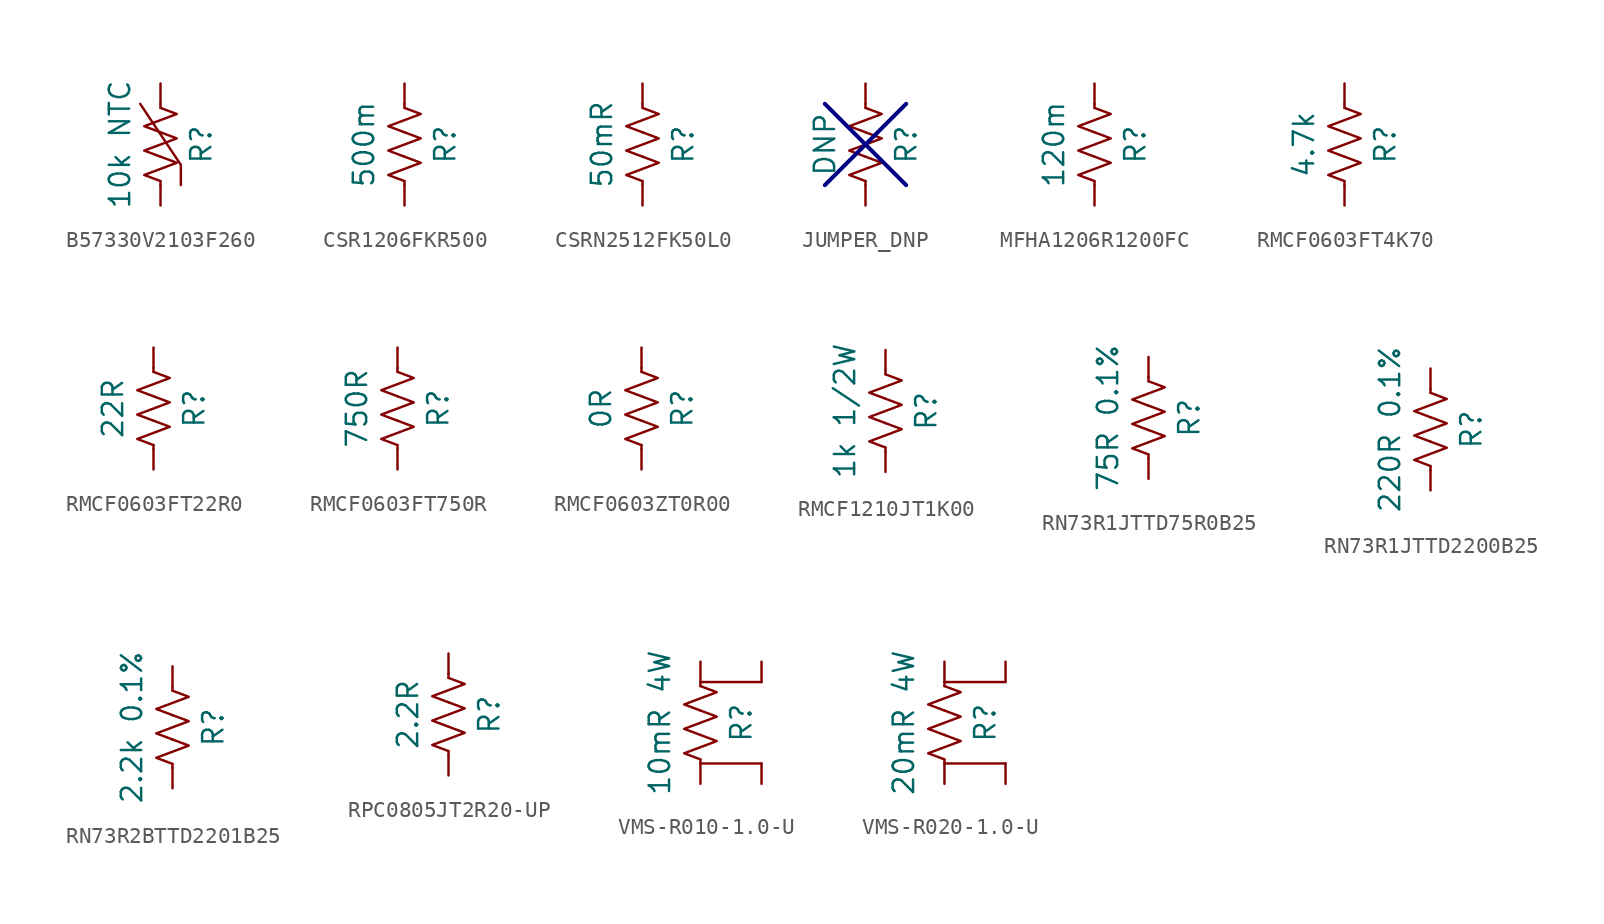
<source format=kicad_sym>
(kicad_symbol_lib
  (version 20220914)
  (generator kicad_symbol_editor)
  (symbol "B57330V2103F260"
    (pin_numbers hide)
    (pin_names
      (offset 0))
    (property "Reference" "R"
      (at 2.54 0 90)
      (effects (font (size 1.27 1.27))))
    (property "Value" "10k NTC"
      (at -2.54 0 90)
      (effects (font (size 1.27 1.27))))
    (symbol "B57330V2103F260_0_1"
      (polyline (pts (xy 0 -2.286) (xy 0 -2.54)) (stroke (width 0) (type default)) (fill (type none)))
      (polyline (pts (xy 0 2.286) (xy 0 2.54)) (stroke (width 0) (type default)) (fill (type none)))
      (polyline (pts (xy -1.27 2.54) (xy 1.27 -1.27) (xy 1.27 -2.54)) (stroke (width 0) (type default)) (fill (type none)))
      (polyline (pts (xy 0 -0.762) (xy 1.016 -1.143) (xy 0 -1.524) (xy -1.016 -1.905) (xy 0 -2.286)) (stroke (width 0) (type default)) (fill (type none)))
      (polyline (pts (xy 0 0.762) (xy 1.016 0.381) (xy 0 0) (xy -1.016 -0.381) (xy 0 -0.762)) (stroke (width 0) (type default)) (fill (type none)))
      (polyline (pts (xy 0 2.286) (xy 1.016 1.905) (xy 0 1.524) (xy -1.016 1.143) (xy 0 0.762)) (stroke (width 0) (type default)) (fill (type none))))
    (symbol "B57330V2103F260_1_1"
      (pin passive line (at 0 3.81 270) (length 1.27) (name "~" (effects (font (size 1.27 1.27)))) (number "1" (effects (font (size 1.27 1.27)))))
      (pin passive line (at 0 -3.81 90) (length 1.27) (name "~" (effects (font (size 1.27 1.27)))) (number "2" (effects (font (size 1.27 1.27)))))))
  (symbol "CSR1206FKR500"
    (pin_numbers hide)
    (pin_names
      (offset 0))
    (property "Reference" "R"
      (at 2.54 0 90)
      (effects (font (size 1.27 1.27))))
    (property "Value" "500m"
      (at -2.54 0 90)
      (effects (font (size 1.27 1.27))))
    (symbol "CSR1206FKR500_0_1"
      (polyline (pts (xy 0 -2.286) (xy 0 -2.54)) (stroke (width 0) (type default)) (fill (type none)))
      (polyline (pts (xy 0 2.286) (xy 0 2.54)) (stroke (width 0) (type default)) (fill (type none)))
      (polyline (pts (xy 0 -0.762) (xy 1.016 -1.143) (xy 0 -1.524) (xy -1.016 -1.905) (xy 0 -2.286)) (stroke (width 0) (type default)) (fill (type none)))
      (polyline (pts (xy 0 0.762) (xy 1.016 0.381) (xy 0 0) (xy -1.016 -0.381) (xy 0 -0.762)) (stroke (width 0) (type default)) (fill (type none)))
      (polyline (pts (xy 0 2.286) (xy 1.016 1.905) (xy 0 1.524) (xy -1.016 1.143) (xy 0 0.762)) (stroke (width 0) (type default)) (fill (type none))))
    (symbol "CSR1206FKR500_1_1"
      (pin passive line (at 0 3.81 270) (length 1.27) (name "~" (effects (font (size 1.27 1.27)))) (number "1" (effects (font (size 1.27 1.27)))))
      (pin passive line (at 0 -3.81 90) (length 1.27) (name "~" (effects (font (size 1.27 1.27)))) (number "2" (effects (font (size 1.27 1.27)))))))
  (symbol "CSRN2512FK50L0"
    (pin_numbers hide)
    (pin_names
      (offset 0))
    (property "Reference" "R"
      (at 2.54 0 90)
      (effects (font (size 1.27 1.27))))
    (property "Value" "50mR"
      (at -2.54 0 90)
      (effects (font (size 1.27 1.27))))
    (symbol "CSRN2512FK50L0_0_1"
      (polyline (pts (xy 0 -2.286) (xy 0 -2.54)) (stroke (width 0) (type default)) (fill (type none)))
      (polyline (pts (xy 0 2.286) (xy 0 2.54)) (stroke (width 0) (type default)) (fill (type none)))
      (polyline (pts (xy 0 -0.762) (xy 1.016 -1.143) (xy 0 -1.524) (xy -1.016 -1.905) (xy 0 -2.286)) (stroke (width 0) (type default)) (fill (type none)))
      (polyline (pts (xy 0 0.762) (xy 1.016 0.381) (xy 0 0) (xy -1.016 -0.381) (xy 0 -0.762)) (stroke (width 0) (type default)) (fill (type none)))
      (polyline (pts (xy 0 2.286) (xy 1.016 1.905) (xy 0 1.524) (xy -1.016 1.143) (xy 0 0.762)) (stroke (width 0) (type default)) (fill (type none))))
    (symbol "CSRN2512FK50L0_1_1"
      (pin passive line (at 0 3.81 270) (length 1.27) (name "~" (effects (font (size 1.27 1.27)))) (number "1" (effects (font (size 1.27 1.27)))))
      (pin passive line (at 0 -3.81 90) (length 1.27) (name "~" (effects (font (size 1.27 1.27)))) (number "2" (effects (font (size 1.27 1.27)))))))
  (symbol "JUMPER_DNP"
    (pin_numbers hide)
    (pin_names
      (offset 0))
    (property "Reference" "R"
      (at 2.54 0 90)
      (effects (font (size 1.27 1.27))))
    (property "Value" "DNP"
      (at -2.54 0 90)
      (effects (font (size 1.27 1.27))))
    (symbol "JUMPER_DNP_0_1"
      (polyline (pts (xy 0 -2.286) (xy 0 -2.54)) (stroke (width 0) (type default)) (fill (type none)))
      (polyline (pts (xy 0 2.286) (xy 0 2.54)) (stroke (width 0) (type default)) (fill (type none)))
      (polyline (pts (xy 0 -0.762) (xy 1.016 -1.143) (xy 0 -1.524) (xy -1.016 -1.905) (xy 0 -2.286)) (stroke (width 0) (type default)) (fill (type none)))
      (polyline (pts (xy 0 0.762) (xy 1.016 0.381) (xy 0 0) (xy -1.016 -0.381) (xy 0 -0.762)) (stroke (width 0) (type default)) (fill (type none)))
      (polyline (pts (xy 0 2.286) (xy 1.016 1.905) (xy 0 1.524) (xy -1.016 1.143) (xy 0 0.762)) (stroke (width 0) (type default)) (fill (type none))))
    (symbol "JUMPER_DNP_1_1"
      (polyline (pts (xy -2.54 -2.54) (xy 2.54 2.54)) (stroke (width 0.254) (type default) (color 0 0 132 1)) (fill (type none)))
      (polyline (pts (xy -2.54 2.54) (xy 2.54 -2.54)) (stroke (width 0.254) (type default) (color 0 0 132 1)) (fill (type none)))
      (pin passive line (at 0 3.81 270) (length 1.27) (name "~" (effects (font (size 1.27 1.27)))) (number "1" (effects (font (size 1.27 1.27)))))
      (pin passive line (at 0 -3.81 90) (length 1.27) (name "~" (effects (font (size 1.27 1.27)))) (number "2" (effects (font (size 1.27 1.27)))))))
  (symbol "MFHA1206R1200FC"
    (pin_numbers hide)
    (pin_names
      (offset 0))
    (property "Reference" "R"
      (at 2.54 0 90)
      (effects (font (size 1.27 1.27))))
    (property "Value" "120m"
      (at -2.54 0 90)
      (effects (font (size 1.27 1.27))))
    (symbol "MFHA1206R1200FC_0_1"
      (polyline (pts (xy 0 -2.286) (xy 0 -2.54)) (stroke (width 0) (type default)) (fill (type none)))
      (polyline (pts (xy 0 2.286) (xy 0 2.54)) (stroke (width 0) (type default)) (fill (type none)))
      (polyline (pts (xy 0 -0.762) (xy 1.016 -1.143) (xy 0 -1.524) (xy -1.016 -1.905) (xy 0 -2.286)) (stroke (width 0) (type default)) (fill (type none)))
      (polyline (pts (xy 0 0.762) (xy 1.016 0.381) (xy 0 0) (xy -1.016 -0.381) (xy 0 -0.762)) (stroke (width 0) (type default)) (fill (type none)))
      (polyline (pts (xy 0 2.286) (xy 1.016 1.905) (xy 0 1.524) (xy -1.016 1.143) (xy 0 0.762)) (stroke (width 0) (type default)) (fill (type none))))
    (symbol "MFHA1206R1200FC_1_1"
      (pin passive line (at 0 3.81 270) (length 1.27) (name "~" (effects (font (size 1.27 1.27)))) (number "1" (effects (font (size 1.27 1.27)))))
      (pin passive line (at 0 -3.81 90) (length 1.27) (name "~" (effects (font (size 1.27 1.27)))) (number "2" (effects (font (size 1.27 1.27)))))))
  (symbol "RMCF0603FT4K70"
    (pin_numbers hide)
    (pin_names
      (offset 0))
    (property "Reference" "R"
      (at 2.54 0 90)
      (effects (font (size 1.27 1.27))))
    (property "Value" "4.7k"
      (at -2.54 0 90)
      (effects (font (size 1.27 1.27))))
    (symbol "RMCF0603FT4K70_0_1"
      (polyline (pts (xy 0 -2.286) (xy 0 -2.54)) (stroke (width 0) (type default)) (fill (type none)))
      (polyline (pts (xy 0 2.286) (xy 0 2.54)) (stroke (width 0) (type default)) (fill (type none)))
      (polyline (pts (xy 0 -0.762) (xy 1.016 -1.143) (xy 0 -1.524) (xy -1.016 -1.905) (xy 0 -2.286)) (stroke (width 0) (type default)) (fill (type none)))
      (polyline (pts (xy 0 0.762) (xy 1.016 0.381) (xy 0 0) (xy -1.016 -0.381) (xy 0 -0.762)) (stroke (width 0) (type default)) (fill (type none)))
      (polyline (pts (xy 0 2.286) (xy 1.016 1.905) (xy 0 1.524) (xy -1.016 1.143) (xy 0 0.762)) (stroke (width 0) (type default)) (fill (type none))))
    (symbol "RMCF0603FT4K70_1_1"
      (pin passive line (at 0 3.81 270) (length 1.27) (name "~" (effects (font (size 1.27 1.27)))) (number "1" (effects (font (size 1.27 1.27)))))
      (pin passive line (at 0 -3.81 90) (length 1.27) (name "~" (effects (font (size 1.27 1.27)))) (number "2" (effects (font (size 1.27 1.27)))))))
  (symbol "RMCF0603FT22R0"
    (pin_numbers hide)
    (pin_names
      (offset 0))
    (property "Reference" "R"
      (at 2.54 0 90)
      (effects (font (size 1.27 1.27))))
    (property "Value" "22R"
      (at -2.54 0 90)
      (effects (font (size 1.27 1.27))))
    (symbol "RMCF0603FT22R0_0_1"
      (polyline (pts (xy 0 -2.286) (xy 0 -2.54)) (stroke (width 0) (type default)) (fill (type none)))
      (polyline (pts (xy 0 2.286) (xy 0 2.54)) (stroke (width 0) (type default)) (fill (type none)))
      (polyline (pts (xy 0 -0.762) (xy 1.016 -1.143) (xy 0 -1.524) (xy -1.016 -1.905) (xy 0 -2.286)) (stroke (width 0) (type default)) (fill (type none)))
      (polyline (pts (xy 0 0.762) (xy 1.016 0.381) (xy 0 0) (xy -1.016 -0.381) (xy 0 -0.762)) (stroke (width 0) (type default)) (fill (type none)))
      (polyline (pts (xy 0 2.286) (xy 1.016 1.905) (xy 0 1.524) (xy -1.016 1.143) (xy 0 0.762)) (stroke (width 0) (type default)) (fill (type none))))
    (symbol "RMCF0603FT22R0_1_1"
      (pin passive line (at 0 3.81 270) (length 1.27) (name "~" (effects (font (size 1.27 1.27)))) (number "1" (effects (font (size 1.27 1.27)))))
      (pin passive line (at 0 -3.81 90) (length 1.27) (name "~" (effects (font (size 1.27 1.27)))) (number "2" (effects (font (size 1.27 1.27)))))))
  (symbol "RMCF0603FT750R"
    (pin_numbers hide)
    (pin_names
      (offset 0))
    (property "Reference" "R"
      (at 2.54 0 90)
      (effects (font (size 1.27 1.27))))
    (property "Value" "750R"
      (at -2.54 0 90)
      (effects (font (size 1.27 1.27))))
    (symbol "RMCF0603FT750R_0_1"
      (polyline (pts (xy 0 -2.286) (xy 0 -2.54)) (stroke (width 0) (type default)) (fill (type none)))
      (polyline (pts (xy 0 2.286) (xy 0 2.54)) (stroke (width 0) (type default)) (fill (type none)))
      (polyline (pts (xy 0 -0.762) (xy 1.016 -1.143) (xy 0 -1.524) (xy -1.016 -1.905) (xy 0 -2.286)) (stroke (width 0) (type default)) (fill (type none)))
      (polyline (pts (xy 0 0.762) (xy 1.016 0.381) (xy 0 0) (xy -1.016 -0.381) (xy 0 -0.762)) (stroke (width 0) (type default)) (fill (type none)))
      (polyline (pts (xy 0 2.286) (xy 1.016 1.905) (xy 0 1.524) (xy -1.016 1.143) (xy 0 0.762)) (stroke (width 0) (type default)) (fill (type none))))
    (symbol "RMCF0603FT750R_1_1"
      (pin passive line (at 0 3.81 270) (length 1.27) (name "~" (effects (font (size 1.27 1.27)))) (number "1" (effects (font (size 1.27 1.27)))))
      (pin passive line (at 0 -3.81 90) (length 1.27) (name "~" (effects (font (size 1.27 1.27)))) (number "2" (effects (font (size 1.27 1.27)))))))
  (symbol "RMCF0603ZT0R00"
    (pin_numbers hide)
    (pin_names
      (offset 0))
    (property "Reference" "R"
      (at 2.54 0 90)
      (effects (font (size 1.27 1.27))))
    (property "Value" "0R"
      (at -2.54 0 90)
      (effects (font (size 1.27 1.27))))
    (symbol "RMCF0603ZT0R00_0_1"
      (polyline (pts (xy 0 -2.286) (xy 0 -2.54)) (stroke (width 0) (type default)) (fill (type none)))
      (polyline (pts (xy 0 2.286) (xy 0 2.54)) (stroke (width 0) (type default)) (fill (type none)))
      (polyline (pts (xy 0 -0.762) (xy 1.016 -1.143) (xy 0 -1.524) (xy -1.016 -1.905) (xy 0 -2.286)) (stroke (width 0) (type default)) (fill (type none)))
      (polyline (pts (xy 0 0.762) (xy 1.016 0.381) (xy 0 0) (xy -1.016 -0.381) (xy 0 -0.762)) (stroke (width 0) (type default)) (fill (type none)))
      (polyline (pts (xy 0 2.286) (xy 1.016 1.905) (xy 0 1.524) (xy -1.016 1.143) (xy 0 0.762)) (stroke (width 0) (type default)) (fill (type none))))
    (symbol "RMCF0603ZT0R00_1_1"
      (pin passive line (at 0 3.81 270) (length 1.27) (name "~" (effects (font (size 1.27 1.27)))) (number "1" (effects (font (size 1.27 1.27)))))
      (pin passive line (at 0 -3.81 90) (length 1.27) (name "~" (effects (font (size 1.27 1.27)))) (number "2" (effects (font (size 1.27 1.27)))))))
  (symbol "RMCF1210JT1K00"
    (pin_numbers hide)
    (pin_names
      (offset 0))
    (property "Reference" "R"
      (at 2.54 0 90)
      (effects (font (size 1.27 1.27))))
    (property "Value" "1k 1/2W"
      (at -2.54 0 90)
      (effects (font (size 1.27 1.27))))
    (symbol "RMCF1210JT1K00_0_1"
      (polyline (pts (xy 0 -2.286) (xy 0 -2.54)) (stroke (width 0) (type default)) (fill (type none)))
      (polyline (pts (xy 0 2.286) (xy 0 2.54)) (stroke (width 0) (type default)) (fill (type none)))
      (polyline (pts (xy 0 -0.762) (xy 1.016 -1.143) (xy 0 -1.524) (xy -1.016 -1.905) (xy 0 -2.286)) (stroke (width 0) (type default)) (fill (type none)))
      (polyline (pts (xy 0 0.762) (xy 1.016 0.381) (xy 0 0) (xy -1.016 -0.381) (xy 0 -0.762)) (stroke (width 0) (type default)) (fill (type none)))
      (polyline (pts (xy 0 2.286) (xy 1.016 1.905) (xy 0 1.524) (xy -1.016 1.143) (xy 0 0.762)) (stroke (width 0) (type default)) (fill (type none))))
    (symbol "RMCF1210JT1K00_1_1"
      (pin passive line (at 0 3.81 270) (length 1.27) (name "~" (effects (font (size 1.27 1.27)))) (number "1" (effects (font (size 1.27 1.27)))))
      (pin passive line (at 0 -3.81 90) (length 1.27) (name "~" (effects (font (size 1.27 1.27)))) (number "2" (effects (font (size 1.27 1.27)))))))
  (symbol "RN73R1JTTD75R0B25"
    (pin_numbers hide)
    (pin_names
      (offset 0))
    (property "Reference" "R"
      (at 2.54 0 90)
      (effects (font (size 1.27 1.27))))
    (property "Value" "75R 0.1%"
      (at -2.54 0 90)
      (effects (font (size 1.27 1.27))))
    (symbol "RN73R1JTTD75R0B25_0_1"
      (polyline (pts (xy 0 -2.286) (xy 0 -2.54)) (stroke (width 0) (type default)) (fill (type none)))
      (polyline (pts (xy 0 2.286) (xy 0 2.54)) (stroke (width 0) (type default)) (fill (type none)))
      (polyline (pts (xy 0 -0.762) (xy 1.016 -1.143) (xy 0 -1.524) (xy -1.016 -1.905) (xy 0 -2.286)) (stroke (width 0) (type default)) (fill (type none)))
      (polyline (pts (xy 0 0.762) (xy 1.016 0.381) (xy 0 0) (xy -1.016 -0.381) (xy 0 -0.762)) (stroke (width 0) (type default)) (fill (type none)))
      (polyline (pts (xy 0 2.286) (xy 1.016 1.905) (xy 0 1.524) (xy -1.016 1.143) (xy 0 0.762)) (stroke (width 0) (type default)) (fill (type none))))
    (symbol "RN73R1JTTD75R0B25_1_1"
      (pin passive line (at 0 3.81 270) (length 1.27) (name "~" (effects (font (size 1.27 1.27)))) (number "1" (effects (font (size 1.27 1.27)))))
      (pin passive line (at 0 -3.81 90) (length 1.27) (name "~" (effects (font (size 1.27 1.27)))) (number "2" (effects (font (size 1.27 1.27)))))))
  (symbol "RN73R1JTTD2200B25"
    (pin_numbers hide)
    (pin_names
      (offset 0))
    (property "Reference" "R"
      (at 2.54 0 90)
      (effects (font (size 1.27 1.27))))
    (property "Value" "220R 0.1%"
      (at -2.54 0 90)
      (effects (font (size 1.27 1.27))))
    (symbol "RN73R1JTTD2200B25_0_1"
      (polyline (pts (xy 0 -2.286) (xy 0 -2.54)) (stroke (width 0) (type default)) (fill (type none)))
      (polyline (pts (xy 0 2.286) (xy 0 2.54)) (stroke (width 0) (type default)) (fill (type none)))
      (polyline (pts (xy 0 -0.762) (xy 1.016 -1.143) (xy 0 -1.524) (xy -1.016 -1.905) (xy 0 -2.286)) (stroke (width 0) (type default)) (fill (type none)))
      (polyline (pts (xy 0 0.762) (xy 1.016 0.381) (xy 0 0) (xy -1.016 -0.381) (xy 0 -0.762)) (stroke (width 0) (type default)) (fill (type none)))
      (polyline (pts (xy 0 2.286) (xy 1.016 1.905) (xy 0 1.524) (xy -1.016 1.143) (xy 0 0.762)) (stroke (width 0) (type default)) (fill (type none))))
    (symbol "RN73R1JTTD2200B25_1_1"
      (pin passive line (at 0 3.81 270) (length 1.27) (name "~" (effects (font (size 1.27 1.27)))) (number "1" (effects (font (size 1.27 1.27)))))
      (pin passive line (at 0 -3.81 90) (length 1.27) (name "~" (effects (font (size 1.27 1.27)))) (number "2" (effects (font (size 1.27 1.27)))))))
  (symbol "RN73R2BTTD2201B25"
    (pin_numbers hide)
    (pin_names
      (offset 0))
    (property "Reference" "R"
      (at 2.54 0 90)
      (effects (font (size 1.27 1.27))))
    (property "Value" "2.2k 0.1%"
      (at -2.54 0 90)
      (effects (font (size 1.27 1.27))))
    (symbol "RN73R2BTTD2201B25_0_1"
      (polyline (pts (xy 0 -2.286) (xy 0 -2.54)) (stroke (width 0) (type default)) (fill (type none)))
      (polyline (pts (xy 0 2.286) (xy 0 2.54)) (stroke (width 0) (type default)) (fill (type none)))
      (polyline (pts (xy 0 -0.762) (xy 1.016 -1.143) (xy 0 -1.524) (xy -1.016 -1.905) (xy 0 -2.286)) (stroke (width 0) (type default)) (fill (type none)))
      (polyline (pts (xy 0 0.762) (xy 1.016 0.381) (xy 0 0) (xy -1.016 -0.381) (xy 0 -0.762)) (stroke (width 0) (type default)) (fill (type none)))
      (polyline (pts (xy 0 2.286) (xy 1.016 1.905) (xy 0 1.524) (xy -1.016 1.143) (xy 0 0.762)) (stroke (width 0) (type default)) (fill (type none))))
    (symbol "RN73R2BTTD2201B25_1_1"
      (pin passive line (at 0 3.81 270) (length 1.27) (name "~" (effects (font (size 1.27 1.27)))) (number "1" (effects (font (size 1.27 1.27)))))
      (pin passive line (at 0 -3.81 90) (length 1.27) (name "~" (effects (font (size 1.27 1.27)))) (number "2" (effects (font (size 1.27 1.27)))))))
  (symbol "RPC0805JT2R20-UP"
    (pin_numbers hide)
    (pin_names
      (offset 0))
    (property "Reference" "R"
      (at 2.54 0 90)
      (effects (font (size 1.27 1.27))))
    (property "Value" "2.2R"
      (at -2.54 0 90)
      (effects (font (size 1.27 1.27))))
    (symbol "RPC0805JT2R20-UP_0_1"
      (polyline (pts (xy 0 -2.286) (xy 0 -2.54)) (stroke (width 0) (type default)) (fill (type none)))
      (polyline (pts (xy 0 2.286) (xy 0 2.54)) (stroke (width 0) (type default)) (fill (type none)))
      (polyline (pts (xy 0 -0.762) (xy 1.016 -1.143) (xy 0 -1.524) (xy -1.016 -1.905) (xy 0 -2.286)) (stroke (width 0) (type default)) (fill (type none)))
      (polyline (pts (xy 0 0.762) (xy 1.016 0.381) (xy 0 0) (xy -1.016 -0.381) (xy 0 -0.762)) (stroke (width 0) (type default)) (fill (type none)))
      (polyline (pts (xy 0 2.286) (xy 1.016 1.905) (xy 0 1.524) (xy -1.016 1.143) (xy 0 0.762)) (stroke (width 0) (type default)) (fill (type none))))
    (symbol "RPC0805JT2R20-UP_1_1"
      (pin passive line (at 0 3.81 270) (length 1.27) (name "~" (effects (font (size 1.27 1.27)))) (number "1" (effects (font (size 1.27 1.27)))))
      (pin passive line (at 0 -3.81 90) (length 1.27) (name "~" (effects (font (size 1.27 1.27)))) (number "2" (effects (font (size 1.27 1.27)))))))
  (symbol "VMS-R010-1.0-U"
    (pin_numbers hide)
    (pin_names
      (offset 0))
    (property "Reference" "R"
      (at 2.54 0 90)
      (effects (font (size 1.27 1.27))))
    (property "Value" "10mR 4W"
      (at -2.54 0 90)
      (effects (font (size 1.27 1.27))))
    (symbol "VMS-R010-1.0-U_0_1"
      (polyline (pts (xy 0 -2.286) (xy 0 -2.54)) (stroke (width 0) (type default)) (fill (type none)))
      (polyline (pts (xy 0 2.286) (xy 0 2.54)) (stroke (width 0) (type default)) (fill (type none)))
      (polyline (pts (xy 3.81 -2.54) (xy 0 -2.54)) (stroke (width 0) (type default)) (fill (type none)))
      (polyline (pts (xy 3.81 2.54) (xy 0 2.54)) (stroke (width 0) (type default)) (fill (type none)))
      (polyline (pts (xy 0 -0.762) (xy 1.016 -1.143) (xy 0 -1.524) (xy -1.016 -1.905) (xy 0 -2.286)) (stroke (width 0) (type default)) (fill (type none)))
      (polyline (pts (xy 0 0.762) (xy 1.016 0.381) (xy 0 0) (xy -1.016 -0.381) (xy 0 -0.762)) (stroke (width 0) (type default)) (fill (type none)))
      (polyline (pts (xy 0 2.286) (xy 1.016 1.905) (xy 0 1.524) (xy -1.016 1.143) (xy 0 0.762)) (stroke (width 0) (type default)) (fill (type none))))
    (symbol "VMS-R010-1.0-U_1_1"
      (pin passive line (at 0 3.81 270) (length 1.27) (name "~" (effects (font (size 1.27 1.27)))) (number "1" (effects (font (size 1.27 1.27)))))
      (pin passive line (at 0 -3.81 90) (length 1.27) (name "~" (effects (font (size 1.27 1.27)))) (number "2" (effects (font (size 1.27 1.27)))))
      (pin passive line (at 3.81 3.81 270) (length 1.27) (name "~" (effects (font (size 1.27 1.27)))) (number "3" (effects (font (size 1.27 1.27)))))
      (pin passive line (at 3.81 -3.81 90) (length 1.27) (name "~" (effects (font (size 1.27 1.27)))) (number "4" (effects (font (size 1.27 1.27)))))))
  (symbol "VMS-R020-1.0-U"
    (pin_numbers hide)
    (pin_names
      (offset 0))
    (property "Reference" "R"
      (at 2.54 0 90)
      (effects (font (size 1.27 1.27))))
    (property "Value" "20mR 4W"
      (at -2.54 0 90)
      (effects (font (size 1.27 1.27))))
    (symbol "VMS-R020-1.0-U_0_1"
      (polyline (pts (xy 0 -2.286) (xy 0 -2.54)) (stroke (width 0) (type default)) (fill (type none)))
      (polyline (pts (xy 0 2.286) (xy 0 2.54)) (stroke (width 0) (type default)) (fill (type none)))
      (polyline (pts (xy 3.81 -2.54) (xy 0 -2.54)) (stroke (width 0) (type default)) (fill (type none)))
      (polyline (pts (xy 3.81 2.54) (xy 0 2.54)) (stroke (width 0) (type default)) (fill (type none)))
      (polyline (pts (xy 0 -0.762) (xy 1.016 -1.143) (xy 0 -1.524) (xy -1.016 -1.905) (xy 0 -2.286)) (stroke (width 0) (type default)) (fill (type none)))
      (polyline (pts (xy 0 0.762) (xy 1.016 0.381) (xy 0 0) (xy -1.016 -0.381) (xy 0 -0.762)) (stroke (width 0) (type default)) (fill (type none)))
      (polyline (pts (xy 0 2.286) (xy 1.016 1.905) (xy 0 1.524) (xy -1.016 1.143) (xy 0 0.762)) (stroke (width 0) (type default)) (fill (type none))))
    (symbol "VMS-R020-1.0-U_1_1"
      (pin passive line (at 0 3.81 270) (length 1.27) (name "~" (effects (font (size 1.27 1.27)))) (number "1" (effects (font (size 1.27 1.27)))))
      (pin passive line (at 0 -3.81 90) (length 1.27) (name "~" (effects (font (size 1.27 1.27)))) (number "2" (effects (font (size 1.27 1.27)))))
      (pin passive line (at 3.81 3.81 270) (length 1.27) (name "~" (effects (font (size 1.27 1.27)))) (number "3" (effects (font (size 1.27 1.27)))))
      (pin passive line (at 3.81 -3.81 90) (length 1.27) (name "~" (effects (font (size 1.27 1.27)))) (number "4" (effects (font (size 1.27 1.27))))))))
</source>
